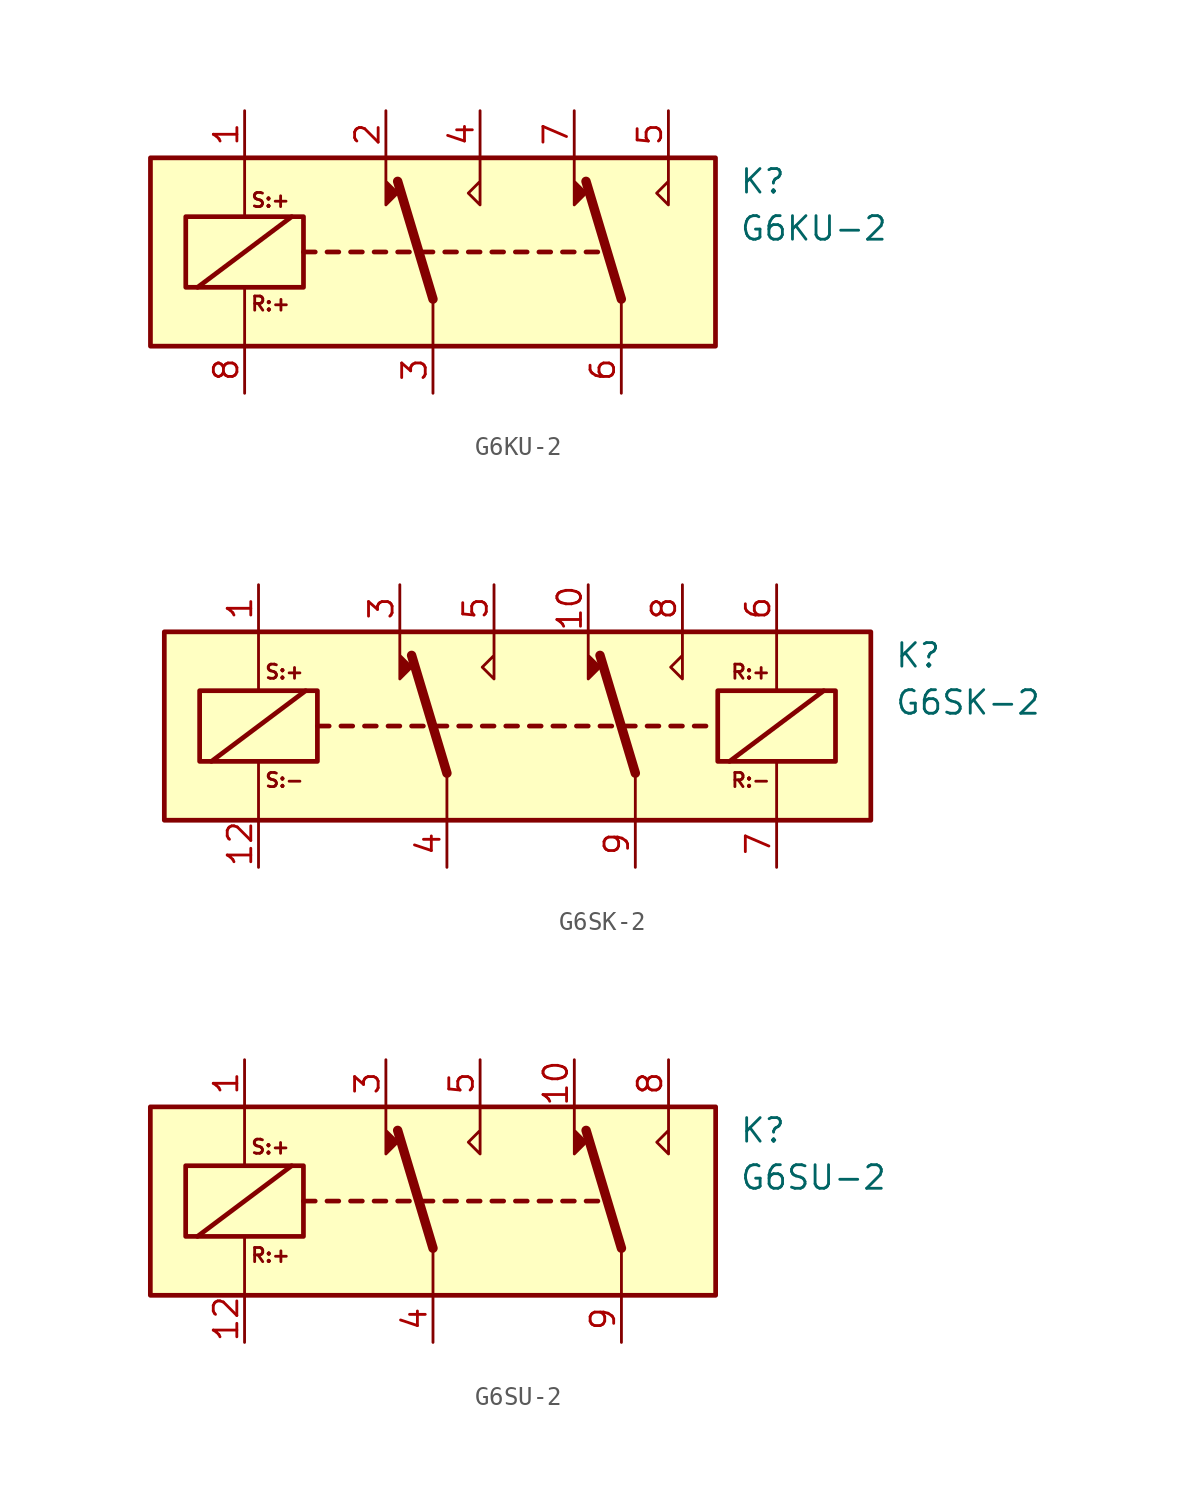
<source format=kicad_sym>
(kicad_symbol_lib
  (version 20201005)
  (generator kicad_symbol_editor)
  (symbol "G6KU-2"
    (property "Reference" "K"
      (at 16.51 3.81 0)
      (effects (font (size 1.27 1.27)) (justify left)))
    (property "Value" "G6KU-2"
      (at 16.51 1.27 0)
      (effects (font (size 1.27 1.27)) (justify left)))
    (symbol "G6KU-2_0_0"
      (text "R:+" (at -8.763 -2.794 0) (effects (font (size 0.762 0.762))))
      (text "S:+" (at -8.763 2.794 0) (effects (font (size 0.762 0.762)))))
    (symbol "G6KU-2_0_1"
      (rectangle (start -13.335 1.905) (end -6.985 -1.905) (stroke (width 0.254)) (fill (type none)))
      (rectangle (start -15.24 5.08) (end 15.24 -5.08) (stroke (width 0.254)) (fill (type background)))
      (polyline (pts (xy -12.7 -1.905) (xy -7.62 1.905)) (stroke (width 0.254)) (fill (type none)))
      (polyline (pts (xy -10.16 -5.08) (xy -10.16 -1.905)) (stroke (width 0)) (fill (type none)))
      (polyline (pts (xy -10.16 5.08) (xy -10.16 1.905)) (stroke (width 0)) (fill (type none)))
      (polyline (pts (xy -6.985 0) (xy -6.35 0)) (stroke (width 0.254)) (fill (type none)))
      (polyline (pts (xy -5.715 0) (xy -5.08 0)) (stroke (width 0.254)) (fill (type none)))
      (polyline (pts (xy -4.445 0) (xy -3.81 0)) (stroke (width 0.254)) (fill (type none)))
      (polyline (pts (xy -3.175 0) (xy -2.54 0)) (stroke (width 0.254)) (fill (type none)))
      (polyline (pts (xy -1.905 0) (xy -1.27 0)) (stroke (width 0.254)) (fill (type none)))
      (polyline (pts (xy -0.635 0) (xy 0 0)) (stroke (width 0.254)) (fill (type none)))
      (polyline (pts (xy 0 -2.54) (xy -1.905 3.81)) (stroke (width 0.508)) (fill (type none)))
      (polyline (pts (xy 0 -2.54) (xy 0 -5.08)) (stroke (width 0)) (fill (type none)))
      (polyline (pts (xy 0.635 0) (xy 1.27 0)) (stroke (width 0.254)) (fill (type none)))
      (polyline (pts (xy 1.905 0) (xy 2.54 0)) (stroke (width 0.254)) (fill (type none)))
      (polyline (pts (xy 3.175 0) (xy 3.81 0)) (stroke (width 0.254)) (fill (type none)))
      (polyline (pts (xy 4.445 0) (xy 5.08 0)) (stroke (width 0.254)) (fill (type none)))
      (polyline (pts (xy 5.715 0) (xy 6.35 0)) (stroke (width 0.254)) (fill (type none)))
      (polyline (pts (xy 6.985 0) (xy 7.62 0)) (stroke (width 0.254)) (fill (type none)))
      (polyline (pts (xy 8.255 0) (xy 8.89 0)) (stroke (width 0.254)) (fill (type none)))
      (polyline (pts (xy 10.16 -2.54) (xy 8.255 3.81)) (stroke (width 0.508)) (fill (type none)))
      (polyline (pts (xy 10.16 -2.54) (xy 10.16 -5.08)) (stroke (width 0)) (fill (type none)))
      (polyline (pts (xy 2.54 5.08) (xy 2.54 2.54) (xy 1.905 3.175) (xy 2.54 3.81)) (stroke (width 0)) (fill (type none)))
      (polyline (pts (xy 12.7 5.08) (xy 12.7 2.54) (xy 12.065 3.175) (xy 12.7 3.81)) (stroke (width 0)) (fill (type none)))
      (polyline (pts (xy -2.54 5.08) (xy -2.54 2.54) (xy -1.905 3.175) (xy -2.54 3.81)) (stroke (width 0)) (fill (type outline)))
      (polyline (pts (xy 7.62 5.08) (xy 7.62 2.54) (xy 8.255 3.175) (xy 7.62 3.81)) (stroke (width 0)) (fill (type outline))))
    (symbol "G6KU-2_1_1"
      (pin passive line (at -10.16 7.62 270) (length 2.54) (name "~" (effects (font (size 1.27 1.27)))) (number "1" (effects (font (size 1.27 1.27)))))
      (pin passive line (at -2.54 7.62 270) (length 2.54) (name "~" (effects (font (size 1.27 1.27)))) (number "2" (effects (font (size 1.27 1.27)))))
      (pin passive line (at 0 -7.62 90) (length 2.54) (name "~" (effects (font (size 1.27 1.27)))) (number "3" (effects (font (size 1.27 1.27)))))
      (pin passive line (at 2.54 7.62 270) (length 2.54) (name "~" (effects (font (size 1.27 1.27)))) (number "4" (effects (font (size 1.27 1.27)))))
      (pin passive line (at 12.7 7.62 270) (length 2.54) (name "~" (effects (font (size 1.27 1.27)))) (number "5" (effects (font (size 1.27 1.27)))))
      (pin passive line (at 10.16 -7.62 90) (length 2.54) (name "~" (effects (font (size 1.27 1.27)))) (number "6" (effects (font (size 1.27 1.27)))))
      (pin passive line (at 7.62 7.62 270) (length 2.54) (name "~" (effects (font (size 1.27 1.27)))) (number "7" (effects (font (size 1.27 1.27)))))
      (pin passive line (at -10.16 -7.62 90) (length 2.54) (name "~" (effects (font (size 1.27 1.27)))) (number "8" (effects (font (size 1.27 1.27)))))))
  (symbol "G6SK-2"
    (property "Reference" "K"
      (at 21.59 3.81 0)
      (effects (font (size 1.27 1.27)) (justify left)))
    (property "Value" "G6SK-2"
      (at 21.59 1.27 0)
      (effects (font (size 1.27 1.27)) (justify left)))
    (symbol "G6SK-2_0_0"
      (text "R:+" (at 13.843 2.921 0) (effects (font (size 0.762 0.762))))
      (text "R:-" (at 13.843 -2.921 0) (effects (font (size 0.762 0.762))))
      (text "S:+" (at -11.303 2.921 0) (effects (font (size 0.762 0.762))))
      (text "S:-" (at -11.303 -2.921 0) (effects (font (size 0.762 0.762)))))
    (symbol "G6SK-2_0_1"
      (rectangle (start -15.875 1.905) (end -9.525 -1.905) (stroke (width 0.254)) (fill (type none)))
      (rectangle (start 12.065 1.905) (end 18.415 -1.905) (stroke (width 0.254)) (fill (type none)))
      (rectangle (start -17.78 5.08) (end 20.32 -5.08) (stroke (width 0.254)) (fill (type background)))
      (polyline (pts (xy -15.24 -1.905) (xy -10.16 1.905)) (stroke (width 0.254)) (fill (type none)))
      (polyline (pts (xy -12.7 -5.08) (xy -12.7 -1.905)) (stroke (width 0)) (fill (type none)))
      (polyline (pts (xy -12.7 5.08) (xy -12.7 1.905)) (stroke (width 0)) (fill (type none)))
      (polyline (pts (xy -9.525 0) (xy -8.89 0)) (stroke (width 0.254)) (fill (type none)))
      (polyline (pts (xy -8.255 0) (xy -7.62 0)) (stroke (width 0.254)) (fill (type none)))
      (polyline (pts (xy -6.985 0) (xy -6.35 0)) (stroke (width 0.254)) (fill (type none)))
      (polyline (pts (xy -5.715 0) (xy -5.08 0)) (stroke (width 0.254)) (fill (type none)))
      (polyline (pts (xy -4.445 0) (xy -3.81 0)) (stroke (width 0.254)) (fill (type none)))
      (polyline (pts (xy -3.175 0) (xy -2.54 0)) (stroke (width 0.254)) (fill (type none)))
      (polyline (pts (xy -2.54 -2.54) (xy -4.445 3.81)) (stroke (width 0.508)) (fill (type none)))
      (polyline (pts (xy -2.54 -2.54) (xy -2.54 -5.08)) (stroke (width 0)) (fill (type none)))
      (polyline (pts (xy -1.905 0) (xy -1.27 0)) (stroke (width 0.254)) (fill (type none)))
      (polyline (pts (xy -0.635 0) (xy 0 0)) (stroke (width 0.254)) (fill (type none)))
      (polyline (pts (xy 0.635 0) (xy 1.27 0)) (stroke (width 0.254)) (fill (type none)))
      (polyline (pts (xy 1.905 0) (xy 2.54 0)) (stroke (width 0.254)) (fill (type none)))
      (polyline (pts (xy 3.175 0) (xy 3.81 0)) (stroke (width 0.254)) (fill (type none)))
      (polyline (pts (xy 4.445 0) (xy 5.08 0)) (stroke (width 0.254)) (fill (type none)))
      (polyline (pts (xy 5.715 0) (xy 6.35 0)) (stroke (width 0.254)) (fill (type none)))
      (polyline (pts (xy 6.985 0) (xy 7.62 0)) (stroke (width 0.254)) (fill (type none)))
      (polyline (pts (xy 7.62 -2.54) (xy 5.715 3.81)) (stroke (width 0.508)) (fill (type none)))
      (polyline (pts (xy 7.62 -2.54) (xy 7.62 -5.08)) (stroke (width 0)) (fill (type none)))
      (polyline (pts (xy 8.255 0) (xy 8.89 0)) (stroke (width 0.254)) (fill (type none)))
      (polyline (pts (xy 9.525 0) (xy 10.16 0)) (stroke (width 0.254)) (fill (type none)))
      (polyline (pts (xy 10.795 0) (xy 11.43 0)) (stroke (width 0.254)) (fill (type none)))
      (polyline (pts (xy 12.7 -1.905) (xy 17.78 1.905)) (stroke (width 0.254)) (fill (type none)))
      (polyline (pts (xy 15.24 -5.08) (xy 15.24 -1.905)) (stroke (width 0)) (fill (type none)))
      (polyline (pts (xy 15.24 5.08) (xy 15.24 1.905)) (stroke (width 0)) (fill (type none)))
      (polyline (pts (xy 0 5.08) (xy 0 2.54) (xy -0.635 3.175) (xy 0 3.81)) (stroke (width 0)) (fill (type none)))
      (polyline (pts (xy 10.16 5.08) (xy 10.16 2.54) (xy 9.525 3.175) (xy 10.16 3.81)) (stroke (width 0)) (fill (type none)))
      (polyline (pts (xy -5.08 5.08) (xy -5.08 2.54) (xy -4.445 3.175) (xy -5.08 3.81)) (stroke (width 0)) (fill (type outline)))
      (polyline (pts (xy 5.08 5.08) (xy 5.08 2.54) (xy 5.715 3.175) (xy 5.08 3.81)) (stroke (width 0)) (fill (type outline))))
    (symbol "G6SK-2_1_1"
      (pin passive line (at -12.7 7.62 270) (length 2.54) (name "~" (effects (font (size 1.27 1.27)))) (number "1" (effects (font (size 1.27 1.27)))))
      (pin passive line (at 5.08 7.62 270) (length 2.54) (name "~" (effects (font (size 1.27 1.27)))) (number "10" (effects (font (size 1.27 1.27)))))
      (pin passive line (at -12.7 -7.62 90) (length 2.54) (name "~" (effects (font (size 1.27 1.27)))) (number "12" (effects (font (size 1.27 1.27)))))
      (pin passive line (at -5.08 7.62 270) (length 2.54) (name "~" (effects (font (size 1.27 1.27)))) (number "3" (effects (font (size 1.27 1.27)))))
      (pin passive line (at -2.54 -7.62 90) (length 2.54) (name "~" (effects (font (size 1.27 1.27)))) (number "4" (effects (font (size 1.27 1.27)))))
      (pin passive line (at 0 7.62 270) (length 2.54) (name "~" (effects (font (size 1.27 1.27)))) (number "5" (effects (font (size 1.27 1.27)))))
      (pin passive line (at 15.24 7.62 270) (length 2.54) (name "~" (effects (font (size 1.27 1.27)))) (number "6" (effects (font (size 1.27 1.27)))))
      (pin passive line (at 15.24 -7.62 90) (length 2.54) (name "~" (effects (font (size 1.27 1.27)))) (number "7" (effects (font (size 1.27 1.27)))))
      (pin passive line (at 10.16 7.62 270) (length 2.54) (name "~" (effects (font (size 1.27 1.27)))) (number "8" (effects (font (size 1.27 1.27)))))
      (pin passive line (at 7.62 -7.62 90) (length 2.54) (name "~" (effects (font (size 1.27 1.27)))) (number "9" (effects (font (size 1.27 1.27)))))))
  (symbol "G6SU-2"
    (property "Reference" "K"
      (at 16.51 3.81 0)
      (effects (font (size 1.27 1.27)) (justify left)))
    (property "Value" "G6SU-2"
      (at 16.51 1.27 0)
      (effects (font (size 1.27 1.27)) (justify left)))
    (symbol "G6SU-2_0_0"
      (text "R:+" (at -8.763 -2.921 0) (effects (font (size 0.762 0.762))))
      (text "S:+" (at -8.763 2.921 0) (effects (font (size 0.762 0.762)))))
    (symbol "G6SU-2_0_1"
      (rectangle (start -13.335 1.905) (end -6.985 -1.905) (stroke (width 0.254)) (fill (type none)))
      (rectangle (start -15.24 5.08) (end 15.24 -5.08) (stroke (width 0.254)) (fill (type background)))
      (polyline (pts (xy -12.7 -1.905) (xy -7.62 1.905)) (stroke (width 0.254)) (fill (type none)))
      (polyline (pts (xy -10.16 -5.08) (xy -10.16 -1.905)) (stroke (width 0)) (fill (type none)))
      (polyline (pts (xy -10.16 5.08) (xy -10.16 1.905)) (stroke (width 0)) (fill (type none)))
      (polyline (pts (xy -6.985 0) (xy -6.35 0)) (stroke (width 0.254)) (fill (type none)))
      (polyline (pts (xy -5.715 0) (xy -5.08 0)) (stroke (width 0.254)) (fill (type none)))
      (polyline (pts (xy -4.445 0) (xy -3.81 0)) (stroke (width 0.254)) (fill (type none)))
      (polyline (pts (xy -3.175 0) (xy -2.54 0)) (stroke (width 0.254)) (fill (type none)))
      (polyline (pts (xy -1.905 0) (xy -1.27 0)) (stroke (width 0.254)) (fill (type none)))
      (polyline (pts (xy -0.635 0) (xy 0 0)) (stroke (width 0.254)) (fill (type none)))
      (polyline (pts (xy 0 -2.54) (xy -1.905 3.81)) (stroke (width 0.508)) (fill (type none)))
      (polyline (pts (xy 0 -2.54) (xy 0 -5.08)) (stroke (width 0)) (fill (type none)))
      (polyline (pts (xy 0.635 0) (xy 1.27 0)) (stroke (width 0.254)) (fill (type none)))
      (polyline (pts (xy 1.905 0) (xy 2.54 0)) (stroke (width 0.254)) (fill (type none)))
      (polyline (pts (xy 3.175 0) (xy 3.81 0)) (stroke (width 0.254)) (fill (type none)))
      (polyline (pts (xy 4.445 0) (xy 5.08 0)) (stroke (width 0.254)) (fill (type none)))
      (polyline (pts (xy 5.715 0) (xy 6.35 0)) (stroke (width 0.254)) (fill (type none)))
      (polyline (pts (xy 6.985 0) (xy 7.62 0)) (stroke (width 0.254)) (fill (type none)))
      (polyline (pts (xy 8.255 0) (xy 8.89 0)) (stroke (width 0.254)) (fill (type none)))
      (polyline (pts (xy 10.16 -2.54) (xy 8.255 3.81)) (stroke (width 0.508)) (fill (type none)))
      (polyline (pts (xy 10.16 -2.54) (xy 10.16 -5.08)) (stroke (width 0)) (fill (type none)))
      (polyline (pts (xy 2.54 5.08) (xy 2.54 2.54) (xy 1.905 3.175) (xy 2.54 3.81)) (stroke (width 0)) (fill (type none)))
      (polyline (pts (xy 12.7 5.08) (xy 12.7 2.54) (xy 12.065 3.175) (xy 12.7 3.81)) (stroke (width 0)) (fill (type none)))
      (polyline (pts (xy -2.54 5.08) (xy -2.54 2.54) (xy -1.905 3.175) (xy -2.54 3.81)) (stroke (width 0)) (fill (type outline)))
      (polyline (pts (xy 7.62 5.08) (xy 7.62 2.54) (xy 8.255 3.175) (xy 7.62 3.81)) (stroke (width 0)) (fill (type outline))))
    (symbol "G6SU-2_1_1"
      (pin passive line (at -10.16 7.62 270) (length 2.54) (name "~" (effects (font (size 1.27 1.27)))) (number "1" (effects (font (size 1.27 1.27)))))
      (pin passive line (at 7.62 7.62 270) (length 2.54) (name "~" (effects (font (size 1.27 1.27)))) (number "10" (effects (font (size 1.27 1.27)))))
      (pin passive line (at -10.16 -7.62 90) (length 2.54) (name "~" (effects (font (size 1.27 1.27)))) (number "12" (effects (font (size 1.27 1.27)))))
      (pin passive line (at -2.54 7.62 270) (length 2.54) (name "~" (effects (font (size 1.27 1.27)))) (number "3" (effects (font (size 1.27 1.27)))))
      (pin passive line (at 0 -7.62 90) (length 2.54) (name "~" (effects (font (size 1.27 1.27)))) (number "4" (effects (font (size 1.27 1.27)))))
      (pin passive line (at 2.54 7.62 270) (length 2.54) (name "~" (effects (font (size 1.27 1.27)))) (number "5" (effects (font (size 1.27 1.27)))))
      (pin passive line (at 12.7 7.62 270) (length 2.54) (name "~" (effects (font (size 1.27 1.27)))) (number "8" (effects (font (size 1.27 1.27)))))
      (pin passive line (at 10.16 -7.62 90) (length 2.54) (name "~" (effects (font (size 1.27 1.27)))) (number "9" (effects (font (size 1.27 1.27))))))))
</source>
